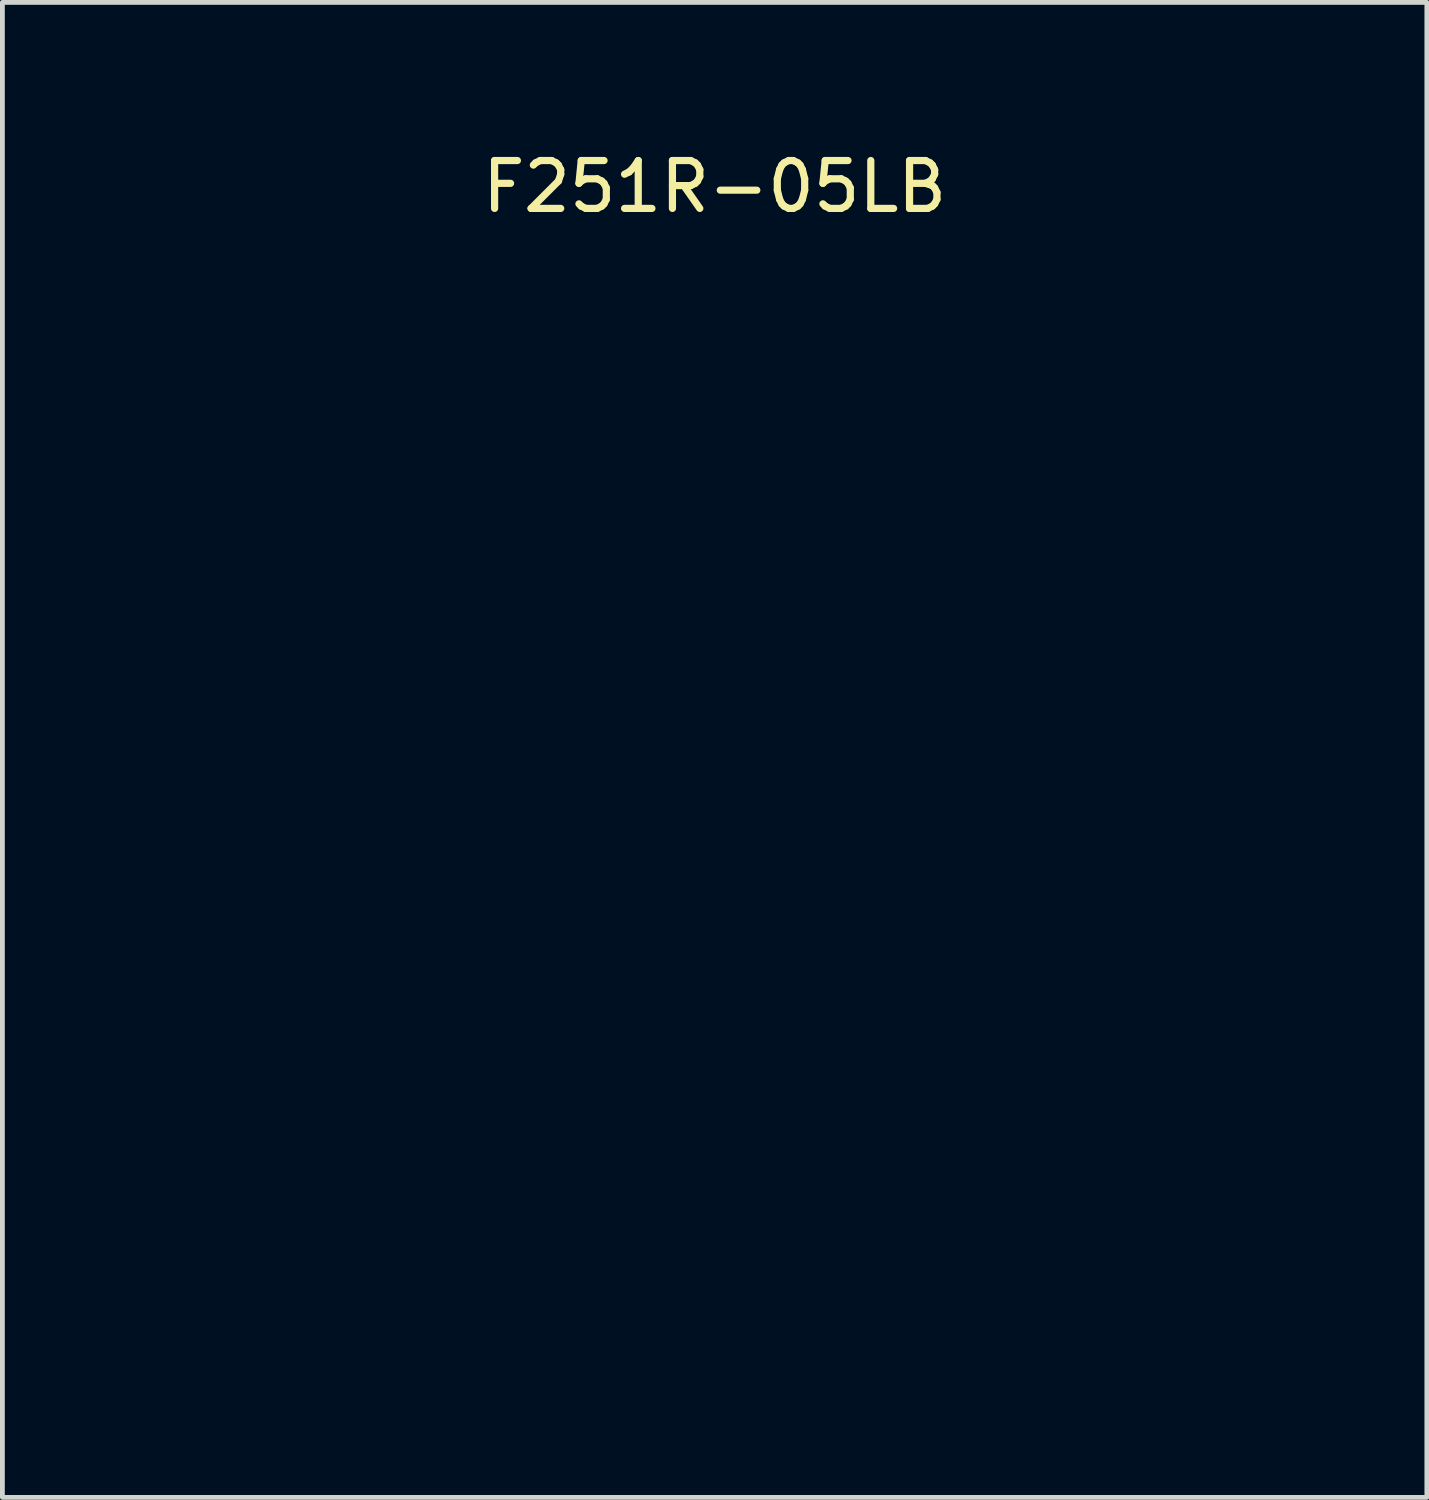
<source format=kicad_pcb>
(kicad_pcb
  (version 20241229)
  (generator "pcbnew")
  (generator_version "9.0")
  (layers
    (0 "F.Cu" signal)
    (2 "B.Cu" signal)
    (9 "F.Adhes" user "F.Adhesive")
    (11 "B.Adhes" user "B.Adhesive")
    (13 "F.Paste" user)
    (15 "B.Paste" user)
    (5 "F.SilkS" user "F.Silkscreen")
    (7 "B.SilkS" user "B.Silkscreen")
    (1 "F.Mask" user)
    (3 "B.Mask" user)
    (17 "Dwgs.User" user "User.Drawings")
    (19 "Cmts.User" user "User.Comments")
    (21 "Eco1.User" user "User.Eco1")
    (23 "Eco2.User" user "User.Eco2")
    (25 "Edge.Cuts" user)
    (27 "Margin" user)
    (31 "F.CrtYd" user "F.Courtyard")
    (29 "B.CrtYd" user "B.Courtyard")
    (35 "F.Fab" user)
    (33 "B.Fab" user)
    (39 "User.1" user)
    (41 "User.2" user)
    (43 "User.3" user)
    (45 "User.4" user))
  (footprint "F251R-05LB"
    (layer "F.Cu")
    (at 11.875 13.348)
    (property "Reference" "F251R-05LB" (at 0 -12.5 0) (layer "F.SilkS") (effects (font (size 1 1) (thickness 0.15))))
    (attr through_hole)
    (fp_circle (center -10 -10) (end -8.4 -10) (stroke (width 0.15) (type solid)) (fill no) (layer "Eco1.User"))
    (fp_circle (center -10 10) (end -8.4 10) (stroke (width 0.15) (type solid)) (fill no) (layer "Eco1.User"))
    (fp_circle (center 0 0) (end 11.8 0) (stroke (width 0.15) (type solid)) (fill no) (layer "Eco1.User"))
    (fp_circle (center 10 -10) (end 11.6 -10) (stroke (width 0.15) (type solid)) (fill no) (layer "Eco1.User"))
    (fp_circle (center 10 10) (end 11.6 10) (stroke (width 0.15) (type solid)) (fill no) (layer "Eco1.User")))
  (gr_rect
    (start -3 -3)
    (end 26.75 28.223)
    (stroke (width 0.1) (type default))
    (fill no)
    (layer "Edge.Cuts")))
</source>
